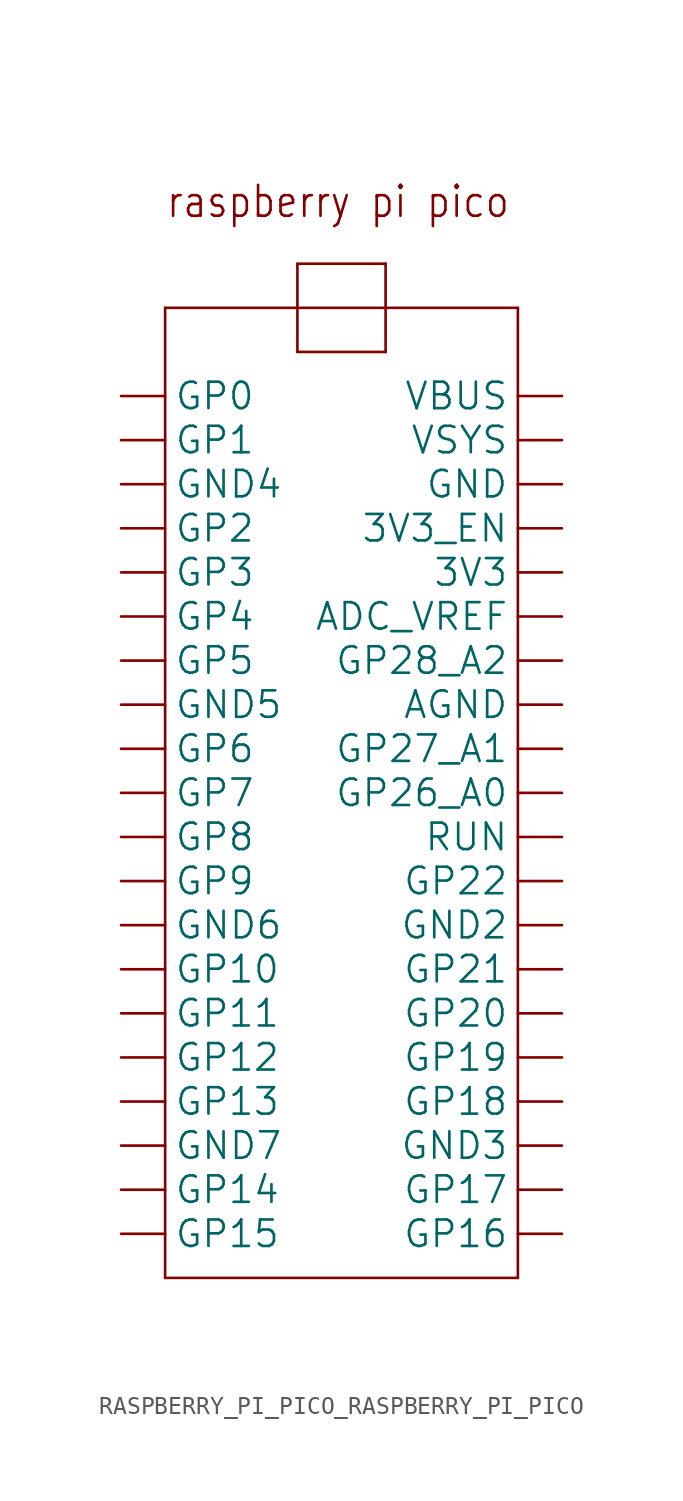
<source format=kicad_sym>
(kicad_symbol_lib
  (version 20241209)
  (generator "kicad_symbol_editor")
  (generator_version "9.0")
  (symbol "RASPBERRY_PI_PICO_RASPBERRY_PI_PICO"
    (property "Reference" "U"
      (at 0 0 0)
      (effects (font (size 1.27 1.27)) (hide yes)))
    (property "ki_locked" ""
      (at 0 0 0)
      (effects (font (size 1.27 1.27))))
    (symbol "RASPBERRY_PI_PICO_RASPBERRY_PI_PICO_1_0"
      (polyline (pts (xy -7.62 25.4) (xy -7.62 -30.48)) (stroke (width 0.152) (type solid)) (fill (type none)))
      (polyline (pts (xy -7.62 -30.48) (xy 12.7 -30.48)) (stroke (width 0.152) (type solid)) (fill (type none)))
      (polyline (pts (xy 0 27.94) (xy 0 22.86)) (stroke (width 0.152) (type solid)) (fill (type none)))
      (polyline (pts (xy 0 22.86) (xy 5.08 22.86)) (stroke (width 0.152) (type solid)) (fill (type none)))
      (polyline (pts (xy 5.08 27.94) (xy 0 27.94)) (stroke (width 0.152) (type solid)) (fill (type none)))
      (polyline (pts (xy 5.08 22.86) (xy 5.08 27.94)) (stroke (width 0.152) (type solid)) (fill (type none)))
      (polyline (pts (xy 12.7 25.4) (xy -7.62 25.4)) (stroke (width 0.152) (type solid)) (fill (type none)))
      (polyline (pts (xy 12.7 -30.48) (xy 12.7 25.4)) (stroke (width 0.152) (type solid)) (fill (type none)))
      (text "raspberry pi pico" (at -7.62 30.48 0) (effects (font (size 1.778 1.511)) (justify left bottom)))
      (pin bidirectional line (at -10.16 20.32 0) (length 2.54) (name "GP0" (effects (font (size 1.524 1.524)))) (number "GP0" (effects (font (size 0 0)))))
      (pin bidirectional line (at -10.16 17.78 0) (length 2.54) (name "GP1" (effects (font (size 1.524 1.524)))) (number "GP1" (effects (font (size 0 0)))))
      (pin bidirectional line (at -10.16 15.24 0) (length 2.54) (name "GND4" (effects (font (size 1.524 1.524)))) (number "GND4" (effects (font (size 0 0)))))
      (pin bidirectional line (at -10.16 12.7 0) (length 2.54) (name "GP2" (effects (font (size 1.524 1.524)))) (number "GP2" (effects (font (size 0 0)))))
      (pin bidirectional line (at -10.16 10.16 0) (length 2.54) (name "GP3" (effects (font (size 1.524 1.524)))) (number "GP3" (effects (font (size 0 0)))))
      (pin bidirectional line (at -10.16 7.62 0) (length 2.54) (name "GP4" (effects (font (size 1.524 1.524)))) (number "GP4" (effects (font (size 0 0)))))
      (pin bidirectional line (at -10.16 5.08 0) (length 2.54) (name "GP5" (effects (font (size 1.524 1.524)))) (number "GP5" (effects (font (size 0 0)))))
      (pin bidirectional line (at -10.16 2.54 0) (length 2.54) (name "GND5" (effects (font (size 1.524 1.524)))) (number "GND5" (effects (font (size 0 0)))))
      (pin bidirectional line (at -10.16 0 0) (length 2.54) (name "GP6" (effects (font (size 1.524 1.524)))) (number "GP6" (effects (font (size 0 0)))))
      (pin bidirectional line (at -10.16 -2.54 0) (length 2.54) (name "GP7" (effects (font (size 1.524 1.524)))) (number "GP7" (effects (font (size 0 0)))))
      (pin bidirectional line (at -10.16 -5.08 0) (length 2.54) (name "GP8" (effects (font (size 1.524 1.524)))) (number "GP8" (effects (font (size 0 0)))))
      (pin bidirectional line (at -10.16 -7.62 0) (length 2.54) (name "GP9" (effects (font (size 1.524 1.524)))) (number "GP9" (effects (font (size 0 0)))))
      (pin bidirectional line (at -10.16 -10.16 0) (length 2.54) (name "GND6" (effects (font (size 1.524 1.524)))) (number "GND6" (effects (font (size 0 0)))))
      (pin bidirectional line (at -10.16 -12.7 0) (length 2.54) (name "GP10" (effects (font (size 1.524 1.524)))) (number "GP10" (effects (font (size 0 0)))))
      (pin bidirectional line (at -10.16 -15.24 0) (length 2.54) (name "GP11" (effects (font (size 1.524 1.524)))) (number "GP11" (effects (font (size 0 0)))))
      (pin bidirectional line (at -10.16 -17.78 0) (length 2.54) (name "GP12" (effects (font (size 1.524 1.524)))) (number "GP12" (effects (font (size 0 0)))))
      (pin bidirectional line (at -10.16 -20.32 0) (length 2.54) (name "GP13" (effects (font (size 1.524 1.524)))) (number "GP13" (effects (font (size 0 0)))))
      (pin bidirectional line (at -10.16 -22.86 0) (length 2.54) (name "GND7" (effects (font (size 1.524 1.524)))) (number "GND7" (effects (font (size 0 0)))))
      (pin bidirectional line (at -10.16 -25.4 0) (length 2.54) (name "GP14" (effects (font (size 1.524 1.524)))) (number "GP14" (effects (font (size 0 0)))))
      (pin bidirectional line (at -10.16 -27.94 0) (length 2.54) (name "GP15" (effects (font (size 1.524 1.524)))) (number "GP15" (effects (font (size 0 0)))))
      (pin bidirectional line (at 15.24 20.32 180) (length 2.54) (name "VBUS" (effects (font (size 1.524 1.524)))) (number "VBUS" (effects (font (size 0 0)))))
      (pin bidirectional line (at 15.24 17.78 180) (length 2.54) (name "VSYS" (effects (font (size 1.524 1.524)))) (number "VSYS" (effects (font (size 0 0)))))
      (pin bidirectional line (at 15.24 15.24 180) (length 2.54) (name "GND" (effects (font (size 1.524 1.524)))) (number "GND" (effects (font (size 0 0)))))
      (pin bidirectional line (at 15.24 12.7 180) (length 2.54) (name "3V3_EN" (effects (font (size 1.524 1.524)))) (number "3V3_EN" (effects (font (size 0 0)))))
      (pin bidirectional line (at 15.24 10.16 180) (length 2.54) (name "3V3" (effects (font (size 1.524 1.524)))) (number "3V3" (effects (font (size 0 0)))))
      (pin bidirectional line (at 15.24 7.62 180) (length 2.54) (name "ADC_VREF" (effects (font (size 1.524 1.524)))) (number "ADC_VREF" (effects (font (size 0 0)))))
      (pin bidirectional line (at 15.24 5.08 180) (length 2.54) (name "GP28_A2" (effects (font (size 1.524 1.524)))) (number "GP28_A2" (effects (font (size 0 0)))))
      (pin bidirectional line (at 15.24 2.54 180) (length 2.54) (name "AGND" (effects (font (size 1.524 1.524)))) (number "AGND" (effects (font (size 0 0)))))
      (pin bidirectional line (at 15.24 0 180) (length 2.54) (name "GP27_A1" (effects (font (size 1.524 1.524)))) (number "GP27_A1" (effects (font (size 0 0)))))
      (pin bidirectional line (at 15.24 -2.54 180) (length 2.54) (name "GP26_A0" (effects (font (size 1.524 1.524)))) (number "GP26_A0" (effects (font (size 0 0)))))
      (pin bidirectional line (at 15.24 -5.08 180) (length 2.54) (name "RUN" (effects (font (size 1.524 1.524)))) (number "RUN" (effects (font (size 0 0)))))
      (pin bidirectional line (at 15.24 -7.62 180) (length 2.54) (name "GP22" (effects (font (size 1.524 1.524)))) (number "GP22" (effects (font (size 0 0)))))
      (pin bidirectional line (at 15.24 -10.16 180) (length 2.54) (name "GND2" (effects (font (size 1.524 1.524)))) (number "GND2" (effects (font (size 0 0)))))
      (pin bidirectional line (at 15.24 -12.7 180) (length 2.54) (name "GP21" (effects (font (size 1.524 1.524)))) (number "GP21" (effects (font (size 0 0)))))
      (pin bidirectional line (at 15.24 -15.24 180) (length 2.54) (name "GP20" (effects (font (size 1.524 1.524)))) (number "GP20" (effects (font (size 0 0)))))
      (pin bidirectional line (at 15.24 -17.78 180) (length 2.54) (name "GP19" (effects (font (size 1.524 1.524)))) (number "GP19" (effects (font (size 0 0)))))
      (pin bidirectional line (at 15.24 -20.32 180) (length 2.54) (name "GP18" (effects (font (size 1.524 1.524)))) (number "GP18" (effects (font (size 0 0)))))
      (pin bidirectional line (at 15.24 -22.86 180) (length 2.54) (name "GND3" (effects (font (size 1.524 1.524)))) (number "GND3" (effects (font (size 0 0)))))
      (pin bidirectional line (at 15.24 -25.4 180) (length 2.54) (name "GP17" (effects (font (size 1.524 1.524)))) (number "GP17" (effects (font (size 0 0)))))
      (pin bidirectional line (at 15.24 -27.94 180) (length 2.54) (name "GP16" (effects (font (size 1.524 1.524)))) (number "GP16" (effects (font (size 0 0))))))))
</source>
